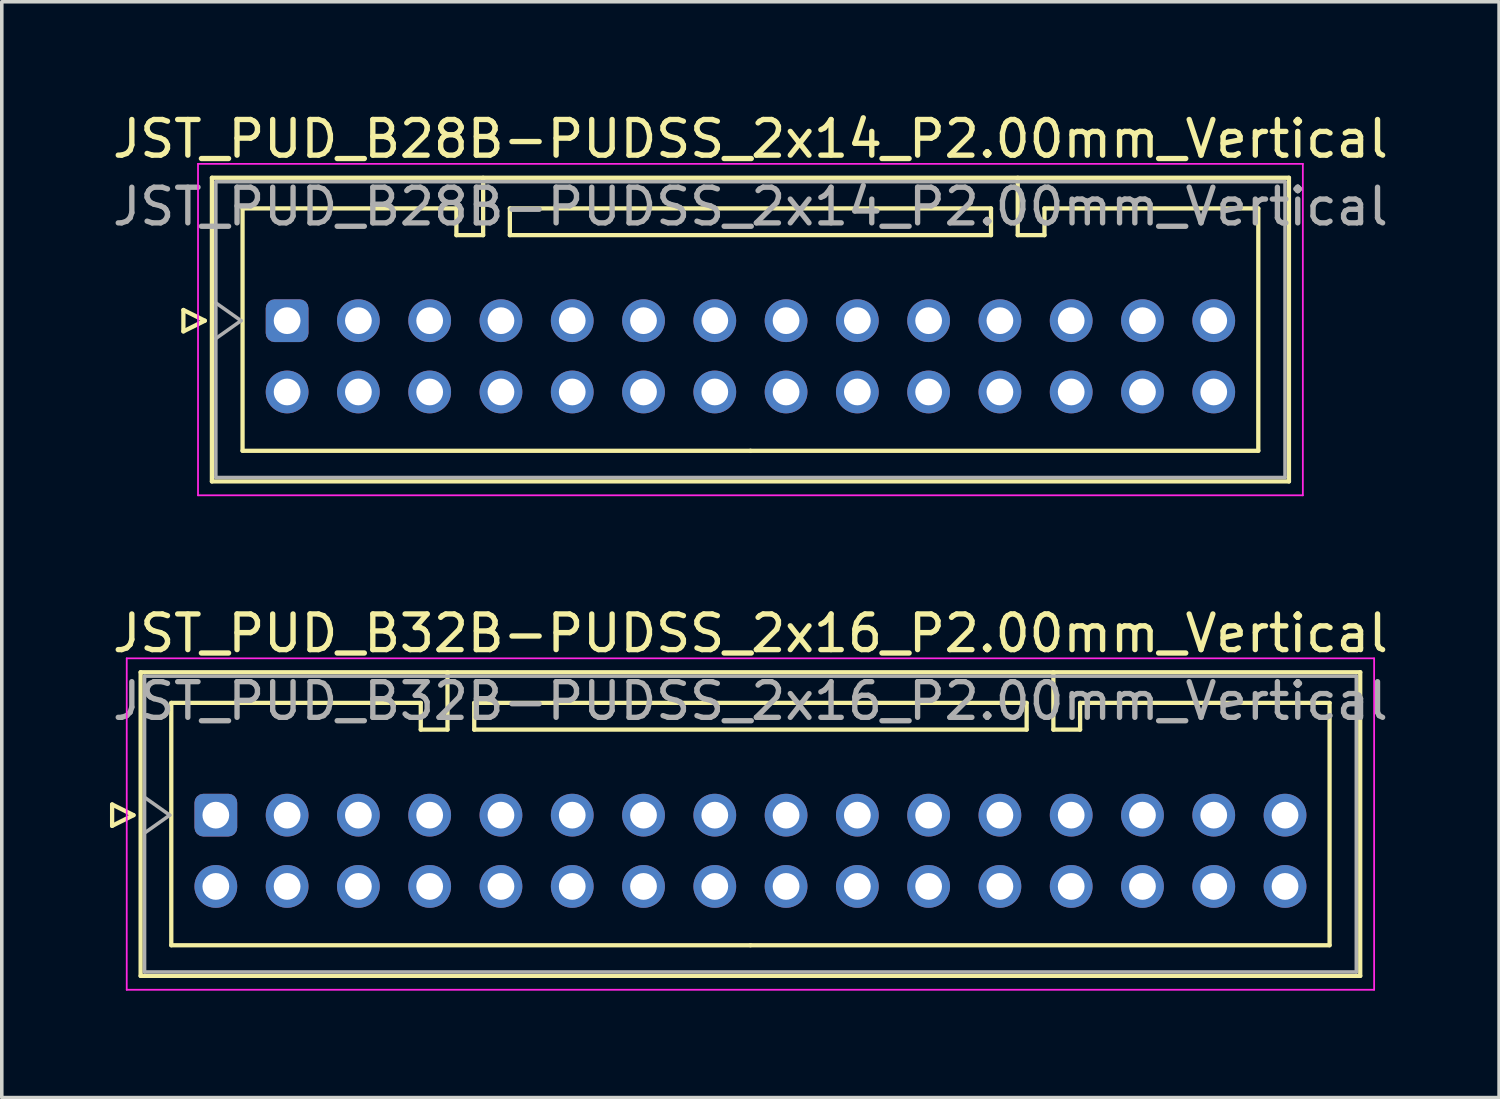
<source format=kicad_pcb>
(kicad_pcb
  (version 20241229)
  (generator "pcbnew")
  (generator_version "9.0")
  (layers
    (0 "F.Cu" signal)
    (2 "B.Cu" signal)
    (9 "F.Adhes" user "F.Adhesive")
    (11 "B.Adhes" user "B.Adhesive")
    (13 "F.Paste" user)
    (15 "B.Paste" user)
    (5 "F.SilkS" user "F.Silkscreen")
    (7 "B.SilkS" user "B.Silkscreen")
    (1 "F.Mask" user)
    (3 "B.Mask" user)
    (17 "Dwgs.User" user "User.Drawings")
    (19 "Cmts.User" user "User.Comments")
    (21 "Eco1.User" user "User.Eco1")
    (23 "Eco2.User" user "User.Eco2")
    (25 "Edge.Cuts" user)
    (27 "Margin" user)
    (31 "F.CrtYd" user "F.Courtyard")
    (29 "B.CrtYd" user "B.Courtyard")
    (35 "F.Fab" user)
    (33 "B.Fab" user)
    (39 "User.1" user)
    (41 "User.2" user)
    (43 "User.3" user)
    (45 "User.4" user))
  (footprint "JST_PUD_B28B-PUDSS_2x14_P2.00mm_Vertical"
    (layer "F.Cu")
    (at 5.006 5.948)
    (property "Reference" "JST_PUD_B28B-PUDSS_2x14_P2.00mm_Vertical" (at 13 -5.1 0) (layer "F.SilkS") (effects (font (size 1 1) (thickness 0.15))))
    (attr through_hole)
    (fp_line (start -2.91 -0.3) (end -2.31 0) (stroke (width 0.12) (type solid)) (layer "F.SilkS"))
    (fp_line (start -2.91 0.3) (end -2.91 -0.3) (stroke (width 0.12) (type solid)) (layer "F.SilkS"))
    (fp_line (start -2.31 0) (end -2.91 0.3) (stroke (width 0.12) (type solid)) (layer "F.SilkS"))
    (fp_line (start -2.11 -4.01) (end -2.11 4.51) (stroke (width 0.12) (type solid)) (layer "F.SilkS"))
    (fp_line (start -2.11 4.51) (end 28.11 4.51) (stroke (width 0.12) (type solid)) (layer "F.SilkS"))
    (fp_line (start -1.25 -3.15) (end -1.25 3.65) (stroke (width 0.12) (type solid)) (layer "F.SilkS"))
    (fp_line (start -1.25 3.65) (end 13 3.65) (stroke (width 0.12) (type solid)) (layer "F.SilkS"))
    (fp_line (start 4.75 -3.15) (end -1.25 -3.15) (stroke (width 0.12) (type solid)) (layer "F.SilkS"))
    (fp_line (start 4.75 -2.4) (end 4.75 -3.15) (stroke (width 0.12) (type solid)) (layer "F.SilkS"))
    (fp_line (start 5.5 -4.01) (end 5.5 -2.4) (stroke (width 0.12) (type solid)) (layer "F.SilkS"))
    (fp_line (start 5.5 -2.4) (end 4.75 -2.4) (stroke (width 0.12) (type solid)) (layer "F.SilkS"))
    (fp_line (start 6.25 -3.15) (end 6.25 -2.4) (stroke (width 0.12) (type solid)) (layer "F.SilkS"))
    (fp_line (start 6.25 -2.4) (end 19.75 -2.4) (stroke (width 0.12) (type solid)) (layer "F.SilkS"))
    (fp_line (start 19.75 -3.15) (end 6.25 -3.15) (stroke (width 0.12) (type solid)) (layer "F.SilkS"))
    (fp_line (start 19.75 -2.4) (end 19.75 -3.15) (stroke (width 0.12) (type solid)) (layer "F.SilkS"))
    (fp_line (start 20.5 -4.01) (end 20.5 -2.4) (stroke (width 0.12) (type solid)) (layer "F.SilkS"))
    (fp_line (start 20.5 -2.4) (end 21.25 -2.4) (stroke (width 0.12) (type solid)) (layer "F.SilkS"))
    (fp_line (start 21.25 -3.15) (end 27.25 -3.15) (stroke (width 0.12) (type solid)) (layer "F.SilkS"))
    (fp_line (start 21.25 -2.4) (end 21.25 -3.15) (stroke (width 0.12) (type solid)) (layer "F.SilkS"))
    (fp_line (start 27.25 -3.15) (end 27.25 3.65) (stroke (width 0.12) (type solid)) (layer "F.SilkS"))
    (fp_line (start 27.25 3.65) (end 13 3.65) (stroke (width 0.12) (type solid)) (layer "F.SilkS"))
    (fp_line (start 28.11 -4.01) (end -2.11 -4.01) (stroke (width 0.12) (type solid)) (layer "F.SilkS"))
    (fp_line (start 28.11 4.51) (end 28.11 -4.01) (stroke (width 0.12) (type solid)) (layer "F.SilkS"))
    (fp_line (start -2.5 -4.4) (end -2.5 4.9) (stroke (width 0.05) (type solid)) (layer "F.CrtYd"))
    (fp_line (start -2.5 4.9) (end 28.5 4.9) (stroke (width 0.05) (type solid)) (layer "F.CrtYd"))
    (fp_line (start 28.5 -4.4) (end -2.5 -4.4) (stroke (width 0.05) (type solid)) (layer "F.CrtYd"))
    (fp_line (start 28.5 4.9) (end 28.5 -4.4) (stroke (width 0.05) (type solid)) (layer "F.CrtYd"))
    (fp_line (start -2 -3.9) (end -2 4.4) (stroke (width 0.1) (type solid)) (layer "F.Fab"))
    (fp_line (start -2 0.5) (end -1.293 0) (stroke (width 0.1) (type solid)) (layer "F.Fab"))
    (fp_line (start -2 4.4) (end 28 4.4) (stroke (width 0.1) (type solid)) (layer "F.Fab"))
    (fp_line (start -1.293 0) (end -2 -0.5) (stroke (width 0.1) (type solid)) (layer "F.Fab"))
    (fp_line (start 28 -3.9) (end -2 -3.9) (stroke (width 0.1) (type solid)) (layer "F.Fab"))
    (fp_line (start 28 4.4) (end 28 -3.9) (stroke (width 0.1) (type solid)) (layer "F.Fab"))
    (fp_text user "${REFERENCE}" (at 13 -3.2 0) (layer "F.Fab") (effects (font (size 1 1) (thickness 0.15))))
    (pad "1" thru_hole roundrect (at 0 0) (size 1.2 1.2) (drill 0.75) (layers "*.Cu" "*.Mask") (roundrect_rratio 0.208))
    (pad "2" thru_hole circle (at 0 2) (size 1.2 1.2) (drill 0.75) (layers "*.Cu" "*.Mask"))
    (pad "3" thru_hole circle (at 2 0) (size 1.2 1.2) (drill 0.75) (layers "*.Cu" "*.Mask"))
    (pad "4" thru_hole circle (at 2 2) (size 1.2 1.2) (drill 0.75) (layers "*.Cu" "*.Mask"))
    (pad "5" thru_hole circle (at 4 0) (size 1.2 1.2) (drill 0.75) (layers "*.Cu" "*.Mask"))
    (pad "6" thru_hole circle (at 4 2) (size 1.2 1.2) (drill 0.75) (layers "*.Cu" "*.Mask"))
    (pad "7" thru_hole circle (at 6 0) (size 1.2 1.2) (drill 0.75) (layers "*.Cu" "*.Mask"))
    (pad "8" thru_hole circle (at 6 2) (size 1.2 1.2) (drill 0.75) (layers "*.Cu" "*.Mask"))
    (pad "9" thru_hole circle (at 8 0) (size 1.2 1.2) (drill 0.75) (layers "*.Cu" "*.Mask"))
    (pad "10" thru_hole circle (at 8 2) (size 1.2 1.2) (drill 0.75) (layers "*.Cu" "*.Mask"))
    (pad "11" thru_hole circle (at 10 0) (size 1.2 1.2) (drill 0.75) (layers "*.Cu" "*.Mask"))
    (pad "12" thru_hole circle (at 10 2) (size 1.2 1.2) (drill 0.75) (layers "*.Cu" "*.Mask"))
    (pad "13" thru_hole circle (at 12 0) (size 1.2 1.2) (drill 0.75) (layers "*.Cu" "*.Mask"))
    (pad "14" thru_hole circle (at 12 2) (size 1.2 1.2) (drill 0.75) (layers "*.Cu" "*.Mask"))
    (pad "15" thru_hole circle (at 14 0) (size 1.2 1.2) (drill 0.75) (layers "*.Cu" "*.Mask"))
    (pad "16" thru_hole circle (at 14 2) (size 1.2 1.2) (drill 0.75) (layers "*.Cu" "*.Mask"))
    (pad "17" thru_hole circle (at 16 0) (size 1.2 1.2) (drill 0.75) (layers "*.Cu" "*.Mask"))
    (pad "18" thru_hole circle (at 16 2) (size 1.2 1.2) (drill 0.75) (layers "*.Cu" "*.Mask"))
    (pad "19" thru_hole circle (at 18 0) (size 1.2 1.2) (drill 0.75) (layers "*.Cu" "*.Mask"))
    (pad "20" thru_hole circle (at 18 2) (size 1.2 1.2) (drill 0.75) (layers "*.Cu" "*.Mask"))
    (pad "21" thru_hole circle (at 20 0) (size 1.2 1.2) (drill 0.75) (layers "*.Cu" "*.Mask"))
    (pad "22" thru_hole circle (at 20 2) (size 1.2 1.2) (drill 0.75) (layers "*.Cu" "*.Mask"))
    (pad "23" thru_hole circle (at 22 0) (size 1.2 1.2) (drill 0.75) (layers "*.Cu" "*.Mask"))
    (pad "24" thru_hole circle (at 22 2) (size 1.2 1.2) (drill 0.75) (layers "*.Cu" "*.Mask"))
    (pad "25" thru_hole circle (at 24 0) (size 1.2 1.2) (drill 0.75) (layers "*.Cu" "*.Mask"))
    (pad "26" thru_hole circle (at 24 2) (size 1.2 1.2) (drill 0.75) (layers "*.Cu" "*.Mask"))
    (pad "27" thru_hole circle (at 26 0) (size 1.2 1.2) (drill 0.75) (layers "*.Cu" "*.Mask"))
    (pad "28" thru_hole circle (at 26 2) (size 1.2 1.2) (drill 0.75) (layers "*.Cu" "*.Mask")))
  (footprint "JST_PUD_B32B-PUDSS_2x16_P2.00mm_Vertical"
    (layer "F.Cu")
    (at 3.006 19.822)
    (property "Reference" "JST_PUD_B32B-PUDSS_2x16_P2.00mm_Vertical" (at 15 -5.1 0) (layer "F.SilkS") (effects (font (size 1 1) (thickness 0.15))))
    (attr through_hole)
    (fp_line (start -2.91 -0.3) (end -2.31 0) (stroke (width 0.12) (type solid)) (layer "F.SilkS"))
    (fp_line (start -2.91 0.3) (end -2.91 -0.3) (stroke (width 0.12) (type solid)) (layer "F.SilkS"))
    (fp_line (start -2.31 0) (end -2.91 0.3) (stroke (width 0.12) (type solid)) (layer "F.SilkS"))
    (fp_line (start -2.11 -4.01) (end -2.11 4.51) (stroke (width 0.12) (type solid)) (layer "F.SilkS"))
    (fp_line (start -2.11 4.51) (end 32.11 4.51) (stroke (width 0.12) (type solid)) (layer "F.SilkS"))
    (fp_line (start -1.25 -3.15) (end -1.25 3.65) (stroke (width 0.12) (type solid)) (layer "F.SilkS"))
    (fp_line (start -1.25 3.65) (end 15 3.65) (stroke (width 0.12) (type solid)) (layer "F.SilkS"))
    (fp_line (start 5.75 -3.15) (end -1.25 -3.15) (stroke (width 0.12) (type solid)) (layer "F.SilkS"))
    (fp_line (start 5.75 -2.4) (end 5.75 -3.15) (stroke (width 0.12) (type solid)) (layer "F.SilkS"))
    (fp_line (start 6.5 -4.01) (end 6.5 -2.4) (stroke (width 0.12) (type solid)) (layer "F.SilkS"))
    (fp_line (start 6.5 -2.4) (end 5.75 -2.4) (stroke (width 0.12) (type solid)) (layer "F.SilkS"))
    (fp_line (start 7.25 -3.15) (end 7.25 -2.4) (stroke (width 0.12) (type solid)) (layer "F.SilkS"))
    (fp_line (start 7.25 -2.4) (end 22.75 -2.4) (stroke (width 0.12) (type solid)) (layer "F.SilkS"))
    (fp_line (start 22.75 -3.15) (end 7.25 -3.15) (stroke (width 0.12) (type solid)) (layer "F.SilkS"))
    (fp_line (start 22.75 -2.4) (end 22.75 -3.15) (stroke (width 0.12) (type solid)) (layer "F.SilkS"))
    (fp_line (start 23.5 -4.01) (end 23.5 -2.4) (stroke (width 0.12) (type solid)) (layer "F.SilkS"))
    (fp_line (start 23.5 -2.4) (end 24.25 -2.4) (stroke (width 0.12) (type solid)) (layer "F.SilkS"))
    (fp_line (start 24.25 -3.15) (end 31.25 -3.15) (stroke (width 0.12) (type solid)) (layer "F.SilkS"))
    (fp_line (start 24.25 -2.4) (end 24.25 -3.15) (stroke (width 0.12) (type solid)) (layer "F.SilkS"))
    (fp_line (start 31.25 -3.15) (end 31.25 3.65) (stroke (width 0.12) (type solid)) (layer "F.SilkS"))
    (fp_line (start 31.25 3.65) (end 15 3.65) (stroke (width 0.12) (type solid)) (layer "F.SilkS"))
    (fp_line (start 32.11 -4.01) (end -2.11 -4.01) (stroke (width 0.12) (type solid)) (layer "F.SilkS"))
    (fp_line (start 32.11 4.51) (end 32.11 -4.01) (stroke (width 0.12) (type solid)) (layer "F.SilkS"))
    (fp_line (start -2.5 -4.4) (end -2.5 4.9) (stroke (width 0.05) (type solid)) (layer "F.CrtYd"))
    (fp_line (start -2.5 4.9) (end 32.5 4.9) (stroke (width 0.05) (type solid)) (layer "F.CrtYd"))
    (fp_line (start 32.5 -4.4) (end -2.5 -4.4) (stroke (width 0.05) (type solid)) (layer "F.CrtYd"))
    (fp_line (start 32.5 4.9) (end 32.5 -4.4) (stroke (width 0.05) (type solid)) (layer "F.CrtYd"))
    (fp_line (start -2 -3.9) (end -2 4.4) (stroke (width 0.1) (type solid)) (layer "F.Fab"))
    (fp_line (start -2 0.5) (end -1.293 0) (stroke (width 0.1) (type solid)) (layer "F.Fab"))
    (fp_line (start -2 4.4) (end 32 4.4) (stroke (width 0.1) (type solid)) (layer "F.Fab"))
    (fp_line (start -1.293 0) (end -2 -0.5) (stroke (width 0.1) (type solid)) (layer "F.Fab"))
    (fp_line (start 32 -3.9) (end -2 -3.9) (stroke (width 0.1) (type solid)) (layer "F.Fab"))
    (fp_line (start 32 4.4) (end 32 -3.9) (stroke (width 0.1) (type solid)) (layer "F.Fab"))
    (fp_text user "${REFERENCE}" (at 15 -3.2 0) (layer "F.Fab") (effects (font (size 1 1) (thickness 0.15))))
    (pad "1" thru_hole roundrect (at 0 0) (size 1.2 1.2) (drill 0.75) (layers "*.Cu" "*.Mask") (roundrect_rratio 0.208))
    (pad "2" thru_hole circle (at 0 2) (size 1.2 1.2) (drill 0.75) (layers "*.Cu" "*.Mask"))
    (pad "3" thru_hole circle (at 2 0) (size 1.2 1.2) (drill 0.75) (layers "*.Cu" "*.Mask"))
    (pad "4" thru_hole circle (at 2 2) (size 1.2 1.2) (drill 0.75) (layers "*.Cu" "*.Mask"))
    (pad "5" thru_hole circle (at 4 0) (size 1.2 1.2) (drill 0.75) (layers "*.Cu" "*.Mask"))
    (pad "6" thru_hole circle (at 4 2) (size 1.2 1.2) (drill 0.75) (layers "*.Cu" "*.Mask"))
    (pad "7" thru_hole circle (at 6 0) (size 1.2 1.2) (drill 0.75) (layers "*.Cu" "*.Mask"))
    (pad "8" thru_hole circle (at 6 2) (size 1.2 1.2) (drill 0.75) (layers "*.Cu" "*.Mask"))
    (pad "9" thru_hole circle (at 8 0) (size 1.2 1.2) (drill 0.75) (layers "*.Cu" "*.Mask"))
    (pad "10" thru_hole circle (at 8 2) (size 1.2 1.2) (drill 0.75) (layers "*.Cu" "*.Mask"))
    (pad "11" thru_hole circle (at 10 0) (size 1.2 1.2) (drill 0.75) (layers "*.Cu" "*.Mask"))
    (pad "12" thru_hole circle (at 10 2) (size 1.2 1.2) (drill 0.75) (layers "*.Cu" "*.Mask"))
    (pad "13" thru_hole circle (at 12 0) (size 1.2 1.2) (drill 0.75) (layers "*.Cu" "*.Mask"))
    (pad "14" thru_hole circle (at 12 2) (size 1.2 1.2) (drill 0.75) (layers "*.Cu" "*.Mask"))
    (pad "15" thru_hole circle (at 14 0) (size 1.2 1.2) (drill 0.75) (layers "*.Cu" "*.Mask"))
    (pad "16" thru_hole circle (at 14 2) (size 1.2 1.2) (drill 0.75) (layers "*.Cu" "*.Mask"))
    (pad "17" thru_hole circle (at 16 0) (size 1.2 1.2) (drill 0.75) (layers "*.Cu" "*.Mask"))
    (pad "18" thru_hole circle (at 16 2) (size 1.2 1.2) (drill 0.75) (layers "*.Cu" "*.Mask"))
    (pad "19" thru_hole circle (at 18 0) (size 1.2 1.2) (drill 0.75) (layers "*.Cu" "*.Mask"))
    (pad "20" thru_hole circle (at 18 2) (size 1.2 1.2) (drill 0.75) (layers "*.Cu" "*.Mask"))
    (pad "21" thru_hole circle (at 20 0) (size 1.2 1.2) (drill 0.75) (layers "*.Cu" "*.Mask"))
    (pad "22" thru_hole circle (at 20 2) (size 1.2 1.2) (drill 0.75) (layers "*.Cu" "*.Mask"))
    (pad "23" thru_hole circle (at 22 0) (size 1.2 1.2) (drill 0.75) (layers "*.Cu" "*.Mask"))
    (pad "24" thru_hole circle (at 22 2) (size 1.2 1.2) (drill 0.75) (layers "*.Cu" "*.Mask"))
    (pad "25" thru_hole circle (at 24 0) (size 1.2 1.2) (drill 0.75) (layers "*.Cu" "*.Mask"))
    (pad "26" thru_hole circle (at 24 2) (size 1.2 1.2) (drill 0.75) (layers "*.Cu" "*.Mask"))
    (pad "27" thru_hole circle (at 26 0) (size 1.2 1.2) (drill 0.75) (layers "*.Cu" "*.Mask"))
    (pad "28" thru_hole circle (at 26 2) (size 1.2 1.2) (drill 0.75) (layers "*.Cu" "*.Mask"))
    (pad "29" thru_hole circle (at 28 0) (size 1.2 1.2) (drill 0.75) (layers "*.Cu" "*.Mask"))
    (pad "30" thru_hole circle (at 28 2) (size 1.2 1.2) (drill 0.75) (layers "*.Cu" "*.Mask"))
    (pad "31" thru_hole circle (at 30 0) (size 1.2 1.2) (drill 0.75) (layers "*.Cu" "*.Mask"))
    (pad "32" thru_hole circle (at 30 2) (size 1.2 1.2) (drill 0.75) (layers "*.Cu" "*.Mask")))
  (gr_rect
    (start -3 -3)
    (end 39.012 27.747)
    (stroke (width 0.1) (type default))
    (fill no)
    (layer "Edge.Cuts")))
</source>
